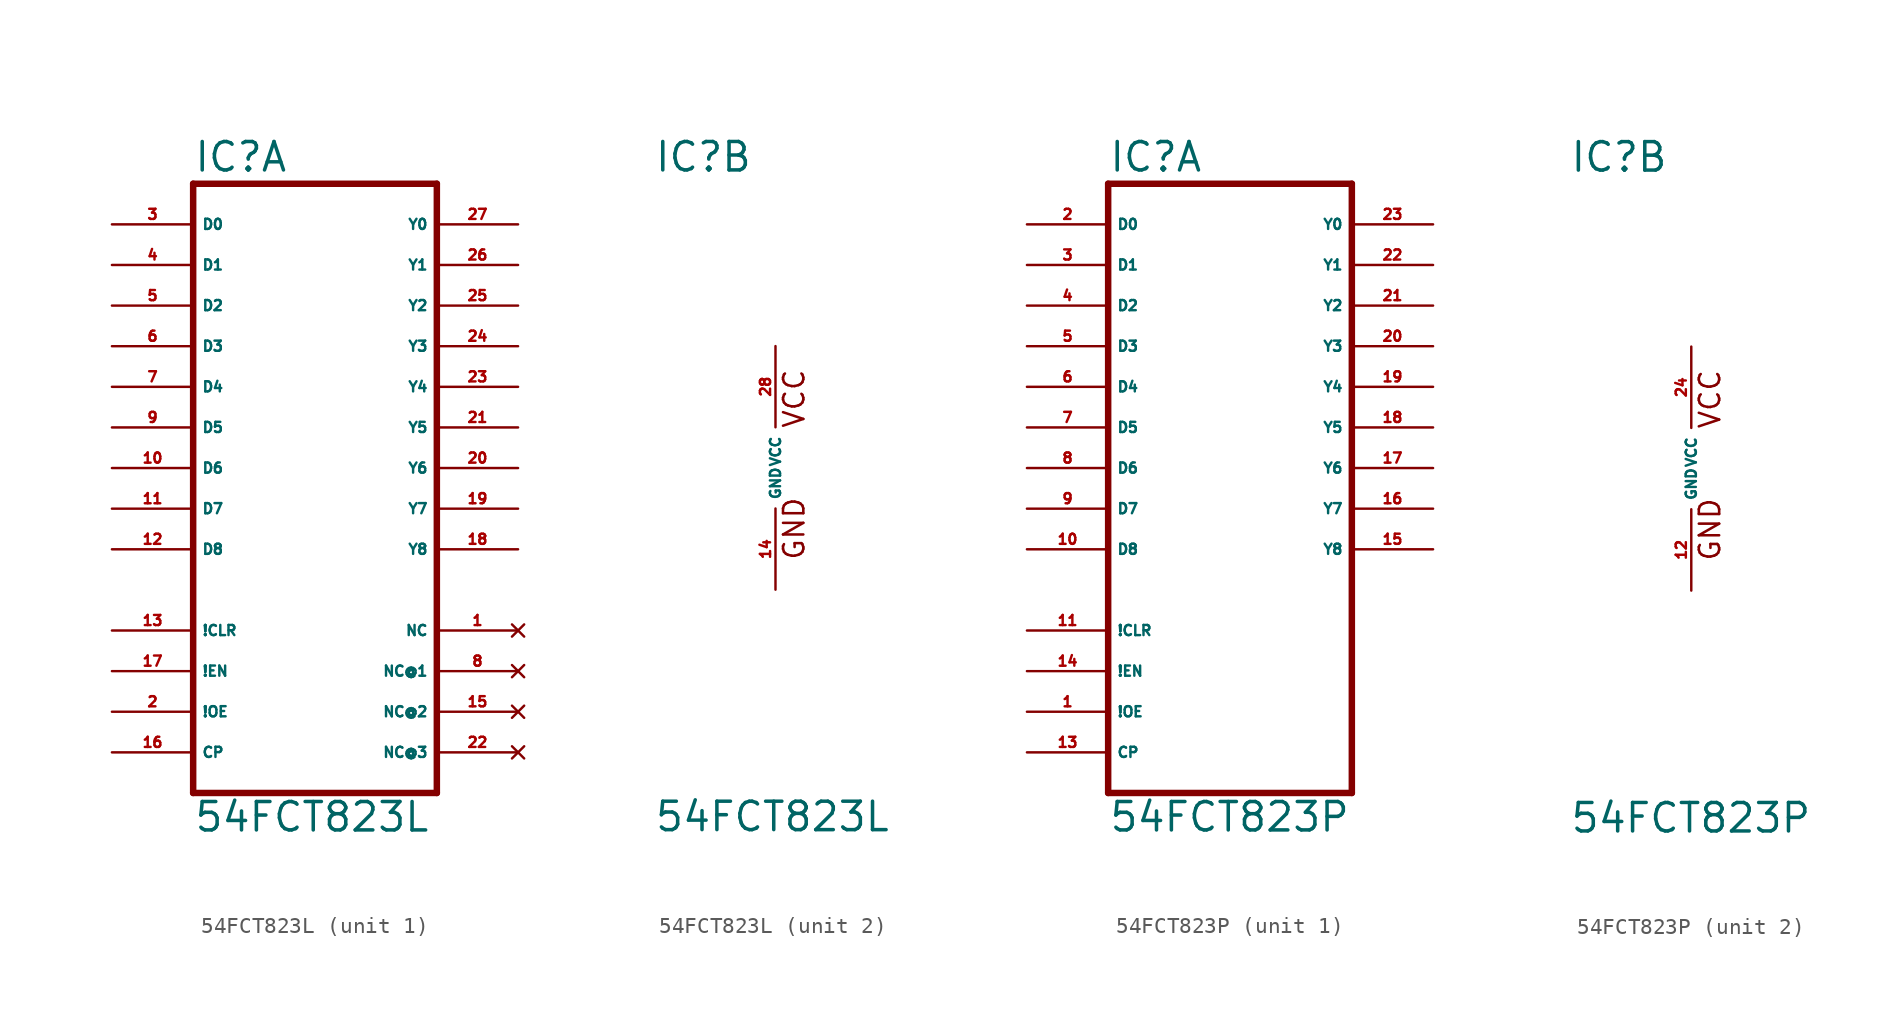
<source format=kicad_sym>
(kicad_symbol_lib
  (version 20220914)
  (generator Eagle2Kicad)
  (symbol "54FCT823L"
    (property "Reference" "IC"
      (at -7.62 18.415 0)
      (effects (font (size 1.778 1.778) (thickness 0.22)) (justify left bottom)))
    (property "Value" "54FCT823L"
      (at -7.62 -22.86 0)
      (effects (font (size 1.778 1.778) (thickness 0.22)) (justify left bottom)))
    (symbol "54FCT823L_1_0"
      (polyline (pts (xy -7.62 -20.32) (xy 7.62 -20.32)) (stroke (width 0.406) (type default)) (fill (type none)))
      (polyline (pts (xy 7.62 -20.32) (xy 7.62 17.78)) (stroke (width 0.406) (type default)) (fill (type none)))
      (polyline (pts (xy 7.62 17.78) (xy -7.62 17.78)) (stroke (width 0.406) (type default)) (fill (type none)))
      (polyline (pts (xy -7.62 17.78) (xy -7.62 -20.32)) (stroke (width 0.406) (type default)) (fill (type none)))
      (pin input line (at -12.7 15.24 0) (length 5.08) (name "D0" (effects (font (size 0.635 0.635) (thickness 0.08)) (justify left bottom))) (number "3" (effects (font (size 0.635 0.635) (thickness 0.08)) (justify left bottom))))
      (pin input line (at -12.7 12.7 0) (length 5.08) (name "D1" (effects (font (size 0.635 0.635) (thickness 0.08)) (justify left bottom))) (number "4" (effects (font (size 0.635 0.635) (thickness 0.08)) (justify left bottom))))
      (pin input line (at -12.7 10.16 0) (length 5.08) (name "D2" (effects (font (size 0.635 0.635) (thickness 0.08)) (justify left bottom))) (number "5" (effects (font (size 0.635 0.635) (thickness 0.08)) (justify left bottom))))
      (pin input line (at -12.7 7.62 0) (length 5.08) (name "D3" (effects (font (size 0.635 0.635) (thickness 0.08)) (justify left bottom))) (number "6" (effects (font (size 0.635 0.635) (thickness 0.08)) (justify left bottom))))
      (pin input line (at -12.7 5.08 0) (length 5.08) (name "D4" (effects (font (size 0.635 0.635) (thickness 0.08)) (justify left bottom))) (number "7" (effects (font (size 0.635 0.635) (thickness 0.08)) (justify left bottom))))
      (pin input line (at -12.7 2.54 0) (length 5.08) (name "D5" (effects (font (size 0.635 0.635) (thickness 0.08)) (justify left bottom))) (number "9" (effects (font (size 0.635 0.635) (thickness 0.08)) (justify left bottom))))
      (pin input line (at -12.7 0 0) (length 5.08) (name "D6" (effects (font (size 0.635 0.635) (thickness 0.08)) (justify left bottom))) (number "10" (effects (font (size 0.635 0.635) (thickness 0.08)) (justify left bottom))))
      (pin input line (at -12.7 -2.54 0) (length 5.08) (name "D7" (effects (font (size 0.635 0.635) (thickness 0.08)) (justify left bottom))) (number "11" (effects (font (size 0.635 0.635) (thickness 0.08)) (justify left bottom))))
      (pin input line (at -12.7 -5.08 0) (length 5.08) (name "D8" (effects (font (size 0.635 0.635) (thickness 0.08)) (justify left bottom))) (number "12" (effects (font (size 0.635 0.635) (thickness 0.08)) (justify left bottom))))
      (pin input line (at -12.7 -12.7 0) (length 5.08) (name "!EN" (effects (font (size 0.635 0.635) (thickness 0.08)) (justify left bottom))) (number "17" (effects (font (size 0.635 0.635) (thickness 0.08)) (justify left bottom))))
      (pin input line (at -12.7 -15.24 0) (length 5.08) (name "!OE" (effects (font (size 0.635 0.635) (thickness 0.08)) (justify left bottom))) (number "2" (effects (font (size 0.635 0.635) (thickness 0.08)) (justify left bottom))))
      (pin input line (at -12.7 -17.78 0) (length 5.08) (name "CP" (effects (font (size 0.635 0.635) (thickness 0.08)) (justify left bottom))) (number "16" (effects (font (size 0.635 0.635) (thickness 0.08)) (justify left bottom))))
      (pin output line (at 12.7 15.24 180) (length 5.08) (name "Y0" (effects (font (size 0.635 0.635) (thickness 0.08)) (justify left bottom))) (number "27" (effects (font (size 0.635 0.635) (thickness 0.08)) (justify left bottom))))
      (pin output line (at 12.7 12.7 180) (length 5.08) (name "Y1" (effects (font (size 0.635 0.635) (thickness 0.08)) (justify left bottom))) (number "26" (effects (font (size 0.635 0.635) (thickness 0.08)) (justify left bottom))))
      (pin output line (at 12.7 10.16 180) (length 5.08) (name "Y2" (effects (font (size 0.635 0.635) (thickness 0.08)) (justify left bottom))) (number "25" (effects (font (size 0.635 0.635) (thickness 0.08)) (justify left bottom))))
      (pin output line (at 12.7 7.62 180) (length 5.08) (name "Y3" (effects (font (size 0.635 0.635) (thickness 0.08)) (justify left bottom))) (number "24" (effects (font (size 0.635 0.635) (thickness 0.08)) (justify left bottom))))
      (pin output line (at 12.7 5.08 180) (length 5.08) (name "Y4" (effects (font (size 0.635 0.635) (thickness 0.08)) (justify left bottom))) (number "23" (effects (font (size 0.635 0.635) (thickness 0.08)) (justify left bottom))))
      (pin output line (at 12.7 2.54 180) (length 5.08) (name "Y5" (effects (font (size 0.635 0.635) (thickness 0.08)) (justify left bottom))) (number "21" (effects (font (size 0.635 0.635) (thickness 0.08)) (justify left bottom))))
      (pin output line (at 12.7 0 180) (length 5.08) (name "Y6" (effects (font (size 0.635 0.635) (thickness 0.08)) (justify left bottom))) (number "20" (effects (font (size 0.635 0.635) (thickness 0.08)) (justify left bottom))))
      (pin output line (at 12.7 -2.54 180) (length 5.08) (name "Y7" (effects (font (size 0.635 0.635) (thickness 0.08)) (justify left bottom))) (number "19" (effects (font (size 0.635 0.635) (thickness 0.08)) (justify left bottom))))
      (pin output line (at 12.7 -5.08 180) (length 5.08) (name "Y8" (effects (font (size 0.635 0.635) (thickness 0.08)) (justify left bottom))) (number "18" (effects (font (size 0.635 0.635) (thickness 0.08)) (justify left bottom))))
      (pin input line (at -12.7 -10.16 0) (length 5.08) (name "!CLR" (effects (font (size 0.635 0.635) (thickness 0.08)) (justify left bottom))) (number "13" (effects (font (size 0.635 0.635) (thickness 0.08)) (justify left bottom))))
      (pin no_connect line (at 12.7 -10.16 180) (length 5.08) (name "NC" (effects (font (size 0.635 0.635) (thickness 0.08)) (justify left bottom) hide)) (number "1" (effects (font (size 0.635 0.635) (thickness 0.08)) (justify left bottom) hide)))
      (pin no_connect line (at 12.7 -12.7 180) (length 5.08) (name "NC@1" (effects (font (size 0.635 0.635) (thickness 0.08)) (justify left bottom) hide)) (number "8" (effects (font (size 0.635 0.635) (thickness 0.08)) (justify left bottom) hide)))
      (pin no_connect line (at 12.7 -15.24 180) (length 5.08) (name "NC@2" (effects (font (size 0.635 0.635) (thickness 0.08)) (justify left bottom) hide)) (number "15" (effects (font (size 0.635 0.635) (thickness 0.08)) (justify left bottom) hide)))
      (pin no_connect line (at 12.7 -17.78 180) (length 5.08) (name "NC@3" (effects (font (size 0.635 0.635) (thickness 0.08)) (justify left bottom) hide)) (number "22" (effects (font (size 0.635 0.635) (thickness 0.08)) (justify left bottom) hide))))
    (symbol "54FCT823L_2_0"
      (text "GND" (at 1.905 -5.842 900) (effects (font (size 1.27 1.27) (thickness 0.16)) (justify left bottom)))
      (text "VCC" (at 1.905 2.413 900) (effects (font (size 1.27 1.27) (thickness 0.16)) (justify left bottom)))
      (pin unspecified line (at 0 7.62 270) (length 5.08) (name "VCC" (effects (font (size 0.635 0.635) (thickness 0.08)) (justify left bottom))) (number "28" (effects (font (size 0.635 0.635) (thickness 0.08)) (justify left bottom))))
      (pin unspecified line (at 0 -7.62 90) (length 5.08) (name "GND" (effects (font (size 0.635 0.635) (thickness 0.08)) (justify left bottom))) (number "14" (effects (font (size 0.635 0.635) (thickness 0.08)) (justify left bottom))))))
  (symbol "54FCT823P"
    (property "Reference" "IC"
      (at -7.62 18.415 0)
      (effects (font (size 1.778 1.778) (thickness 0.22)) (justify left bottom)))
    (property "Value" "54FCT823P"
      (at -7.62 -22.86 0)
      (effects (font (size 1.778 1.778) (thickness 0.22)) (justify left bottom)))
    (symbol "54FCT823P_1_0"
      (polyline (pts (xy -7.62 -20.32) (xy 7.62 -20.32)) (stroke (width 0.406) (type default)) (fill (type none)))
      (polyline (pts (xy 7.62 -20.32) (xy 7.62 17.78)) (stroke (width 0.406) (type default)) (fill (type none)))
      (polyline (pts (xy 7.62 17.78) (xy -7.62 17.78)) (stroke (width 0.406) (type default)) (fill (type none)))
      (polyline (pts (xy -7.62 17.78) (xy -7.62 -20.32)) (stroke (width 0.406) (type default)) (fill (type none)))
      (pin input line (at -12.7 15.24 0) (length 5.08) (name "D0" (effects (font (size 0.635 0.635) (thickness 0.08)) (justify left bottom))) (number "2" (effects (font (size 0.635 0.635) (thickness 0.08)) (justify left bottom))))
      (pin input line (at -12.7 12.7 0) (length 5.08) (name "D1" (effects (font (size 0.635 0.635) (thickness 0.08)) (justify left bottom))) (number "3" (effects (font (size 0.635 0.635) (thickness 0.08)) (justify left bottom))))
      (pin input line (at -12.7 10.16 0) (length 5.08) (name "D2" (effects (font (size 0.635 0.635) (thickness 0.08)) (justify left bottom))) (number "4" (effects (font (size 0.635 0.635) (thickness 0.08)) (justify left bottom))))
      (pin input line (at -12.7 7.62 0) (length 5.08) (name "D3" (effects (font (size 0.635 0.635) (thickness 0.08)) (justify left bottom))) (number "5" (effects (font (size 0.635 0.635) (thickness 0.08)) (justify left bottom))))
      (pin input line (at -12.7 5.08 0) (length 5.08) (name "D4" (effects (font (size 0.635 0.635) (thickness 0.08)) (justify left bottom))) (number "6" (effects (font (size 0.635 0.635) (thickness 0.08)) (justify left bottom))))
      (pin input line (at -12.7 2.54 0) (length 5.08) (name "D5" (effects (font (size 0.635 0.635) (thickness 0.08)) (justify left bottom))) (number "7" (effects (font (size 0.635 0.635) (thickness 0.08)) (justify left bottom))))
      (pin input line (at -12.7 0 0) (length 5.08) (name "D6" (effects (font (size 0.635 0.635) (thickness 0.08)) (justify left bottom))) (number "8" (effects (font (size 0.635 0.635) (thickness 0.08)) (justify left bottom))))
      (pin input line (at -12.7 -2.54 0) (length 5.08) (name "D7" (effects (font (size 0.635 0.635) (thickness 0.08)) (justify left bottom))) (number "9" (effects (font (size 0.635 0.635) (thickness 0.08)) (justify left bottom))))
      (pin input line (at -12.7 -5.08 0) (length 5.08) (name "D8" (effects (font (size 0.635 0.635) (thickness 0.08)) (justify left bottom))) (number "10" (effects (font (size 0.635 0.635) (thickness 0.08)) (justify left bottom))))
      (pin input line (at -12.7 -12.7 0) (length 5.08) (name "!EN" (effects (font (size 0.635 0.635) (thickness 0.08)) (justify left bottom))) (number "14" (effects (font (size 0.635 0.635) (thickness 0.08)) (justify left bottom))))
      (pin input line (at -12.7 -15.24 0) (length 5.08) (name "!OE" (effects (font (size 0.635 0.635) (thickness 0.08)) (justify left bottom))) (number "1" (effects (font (size 0.635 0.635) (thickness 0.08)) (justify left bottom))))
      (pin input line (at -12.7 -17.78 0) (length 5.08) (name "CP" (effects (font (size 0.635 0.635) (thickness 0.08)) (justify left bottom))) (number "13" (effects (font (size 0.635 0.635) (thickness 0.08)) (justify left bottom))))
      (pin output line (at 12.7 15.24 180) (length 5.08) (name "Y0" (effects (font (size 0.635 0.635) (thickness 0.08)) (justify left bottom))) (number "23" (effects (font (size 0.635 0.635) (thickness 0.08)) (justify left bottom))))
      (pin output line (at 12.7 12.7 180) (length 5.08) (name "Y1" (effects (font (size 0.635 0.635) (thickness 0.08)) (justify left bottom))) (number "22" (effects (font (size 0.635 0.635) (thickness 0.08)) (justify left bottom))))
      (pin output line (at 12.7 10.16 180) (length 5.08) (name "Y2" (effects (font (size 0.635 0.635) (thickness 0.08)) (justify left bottom))) (number "21" (effects (font (size 0.635 0.635) (thickness 0.08)) (justify left bottom))))
      (pin output line (at 12.7 7.62 180) (length 5.08) (name "Y3" (effects (font (size 0.635 0.635) (thickness 0.08)) (justify left bottom))) (number "20" (effects (font (size 0.635 0.635) (thickness 0.08)) (justify left bottom))))
      (pin output line (at 12.7 5.08 180) (length 5.08) (name "Y4" (effects (font (size 0.635 0.635) (thickness 0.08)) (justify left bottom))) (number "19" (effects (font (size 0.635 0.635) (thickness 0.08)) (justify left bottom))))
      (pin output line (at 12.7 2.54 180) (length 5.08) (name "Y5" (effects (font (size 0.635 0.635) (thickness 0.08)) (justify left bottom))) (number "18" (effects (font (size 0.635 0.635) (thickness 0.08)) (justify left bottom))))
      (pin output line (at 12.7 0 180) (length 5.08) (name "Y6" (effects (font (size 0.635 0.635) (thickness 0.08)) (justify left bottom))) (number "17" (effects (font (size 0.635 0.635) (thickness 0.08)) (justify left bottom))))
      (pin output line (at 12.7 -2.54 180) (length 5.08) (name "Y7" (effects (font (size 0.635 0.635) (thickness 0.08)) (justify left bottom))) (number "16" (effects (font (size 0.635 0.635) (thickness 0.08)) (justify left bottom))))
      (pin output line (at 12.7 -5.08 180) (length 5.08) (name "Y8" (effects (font (size 0.635 0.635) (thickness 0.08)) (justify left bottom))) (number "15" (effects (font (size 0.635 0.635) (thickness 0.08)) (justify left bottom))))
      (pin input line (at -12.7 -10.16 0) (length 5.08) (name "!CLR" (effects (font (size 0.635 0.635) (thickness 0.08)) (justify left bottom))) (number "11" (effects (font (size 0.635 0.635) (thickness 0.08)) (justify left bottom)))))
    (symbol "54FCT823P_2_0"
      (text "GND" (at 1.905 -5.842 900) (effects (font (size 1.27 1.27) (thickness 0.16)) (justify left bottom)))
      (text "VCC" (at 1.905 2.413 900) (effects (font (size 1.27 1.27) (thickness 0.16)) (justify left bottom)))
      (pin unspecified line (at 0 7.62 270) (length 5.08) (name "VCC" (effects (font (size 0.635 0.635) (thickness 0.08)) (justify left bottom))) (number "24" (effects (font (size 0.635 0.635) (thickness 0.08)) (justify left bottom))))
      (pin unspecified line (at 0 -7.62 90) (length 5.08) (name "GND" (effects (font (size 0.635 0.635) (thickness 0.08)) (justify left bottom))) (number "12" (effects (font (size 0.635 0.635) (thickness 0.08)) (justify left bottom)))))))
</source>
